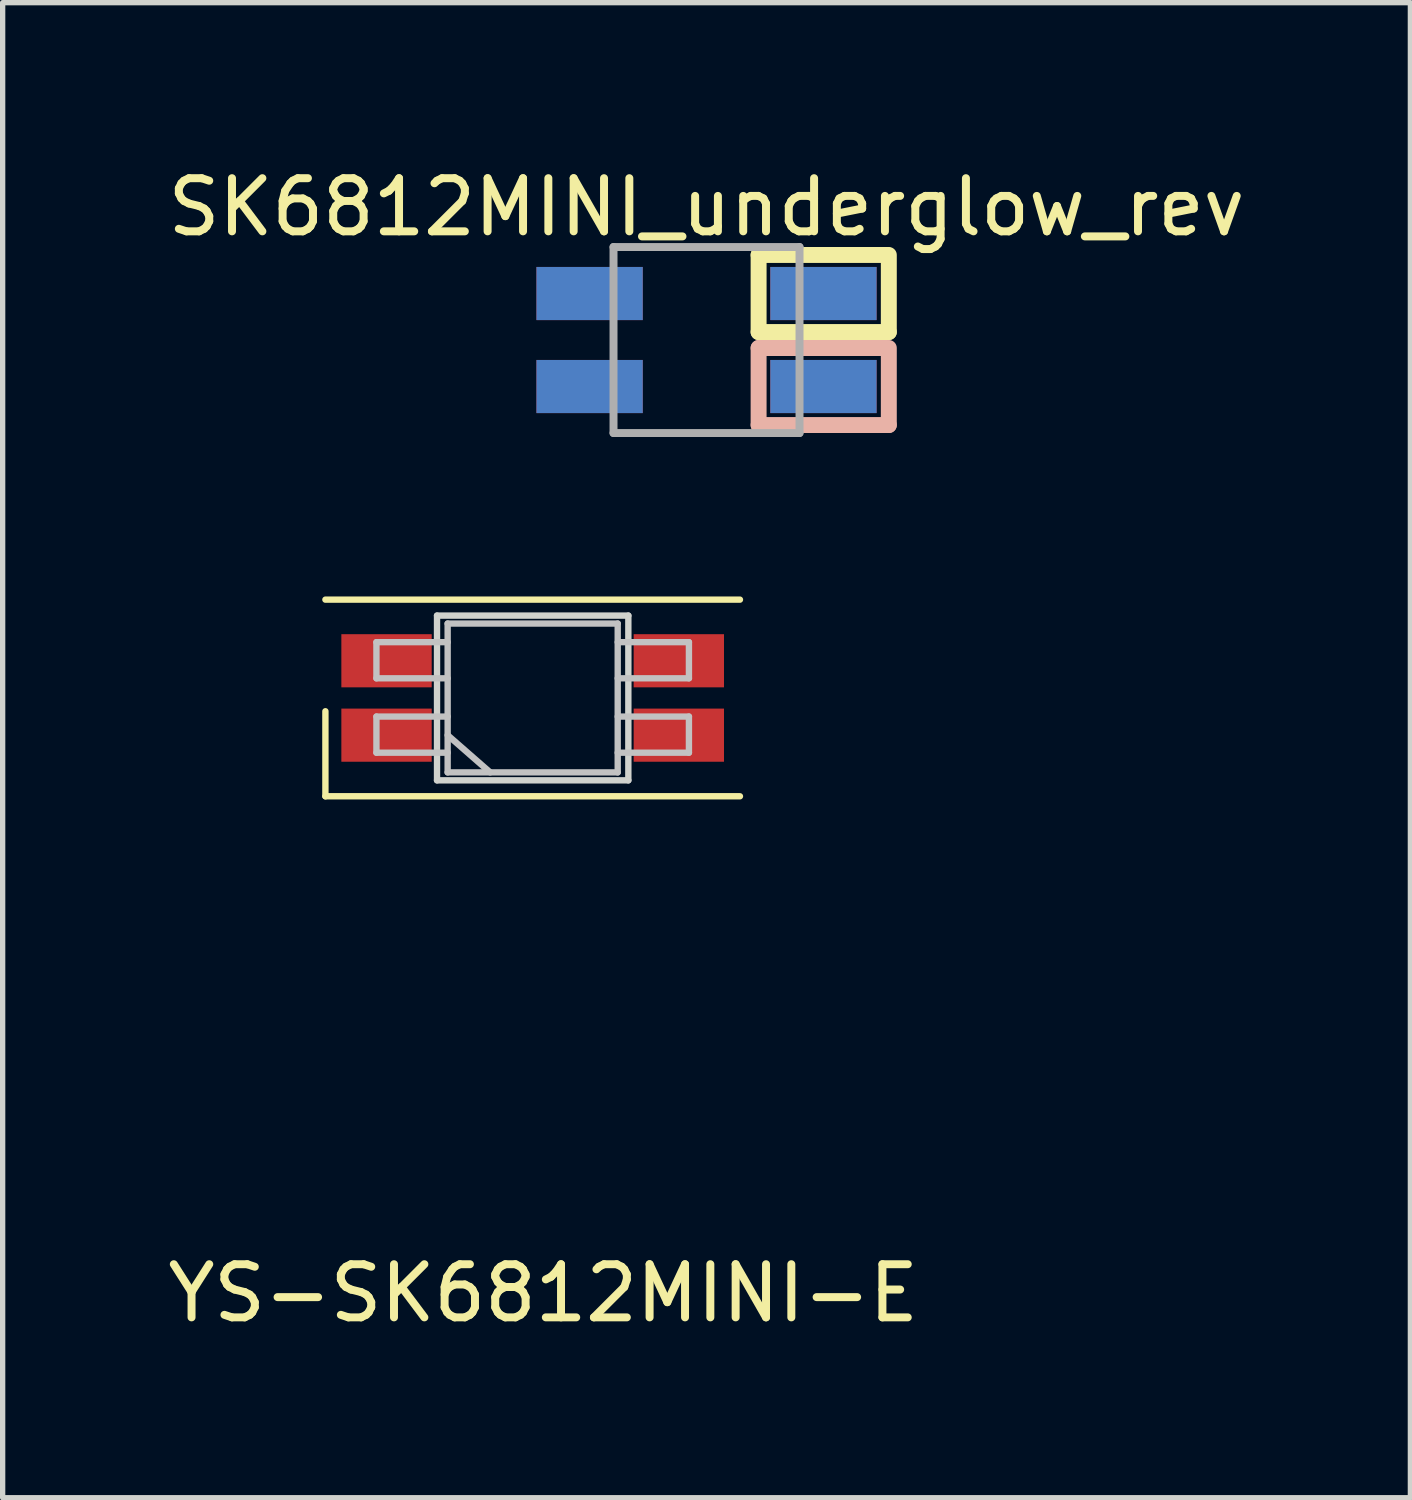
<source format=kicad_pcb>
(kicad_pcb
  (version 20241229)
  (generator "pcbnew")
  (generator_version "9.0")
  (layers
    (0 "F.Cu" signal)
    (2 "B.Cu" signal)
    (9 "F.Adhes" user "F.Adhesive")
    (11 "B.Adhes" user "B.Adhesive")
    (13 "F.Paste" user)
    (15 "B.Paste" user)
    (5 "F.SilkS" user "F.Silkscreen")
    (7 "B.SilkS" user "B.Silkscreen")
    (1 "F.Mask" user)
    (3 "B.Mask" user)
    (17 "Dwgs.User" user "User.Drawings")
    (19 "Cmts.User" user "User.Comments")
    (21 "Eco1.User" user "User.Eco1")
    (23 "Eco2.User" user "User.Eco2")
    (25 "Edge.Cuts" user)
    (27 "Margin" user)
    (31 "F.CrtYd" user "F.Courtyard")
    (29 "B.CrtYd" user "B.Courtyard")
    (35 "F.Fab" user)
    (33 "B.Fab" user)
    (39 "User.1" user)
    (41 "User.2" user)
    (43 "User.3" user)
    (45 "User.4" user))
  (footprint "YS-SK6812MINI-E"
    (layer "F.Cu")
    (at 6.973 10.083)
    (property "Reference" "YS-SK6812MINI-E" (at 0.2 11.2 0) (layer "F.SilkS") (effects (font (size 1 1) (thickness 0.15))))
    (attr through_hole)
    (fp_line (start -3.9 0.25) (end -3.9 1.85) (stroke (width 0.12) (type solid)) (layer "F.SilkS"))
    (fp_line (start -3.9 1.85) (end 3.9 1.85) (stroke (width 0.12) (type solid)) (layer "F.SilkS"))
    (fp_line (start 3.9 -1.85) (end -3.9 -1.85) (stroke (width 0.12) (type solid)) (layer "F.SilkS"))
    (fp_line (start -2.94 -1.05) (end -2.94 -0.37) (stroke (width 0.12) (type solid)) (layer "Dwgs.User"))
    (fp_line (start -2.94 -0.37) (end -1.6 -0.37) (stroke (width 0.12) (type solid)) (layer "Dwgs.User"))
    (fp_line (start -2.94 0.35) (end -2.94 1.03) (stroke (width 0.12) (type solid)) (layer "Dwgs.User"))
    (fp_line (start -2.94 1.03) (end -1.6 1.03) (stroke (width 0.12) (type solid)) (layer "Dwgs.User"))
    (fp_line (start -1.6 -1.4) (end -1.6 1.4) (stroke (width 0.12) (type solid)) (layer "Dwgs.User"))
    (fp_line (start -1.6 -1.4) (end 1.6 -1.4) (stroke (width 0.12) (type solid)) (layer "Dwgs.User"))
    (fp_line (start -1.6 -1.05) (end -2.94 -1.05) (stroke (width 0.12) (type solid)) (layer "Dwgs.User"))
    (fp_line (start -1.6 0.35) (end -2.94 0.35) (stroke (width 0.12) (type solid)) (layer "Dwgs.User"))
    (fp_line (start -1.6 0.7) (end -0.8 1.4) (stroke (width 0.12) (type solid)) (layer "Dwgs.User"))
    (fp_line (start -1.6 1.4) (end 1.6 1.4) (stroke (width 0.12) (type solid)) (layer "Dwgs.User"))
    (fp_line (start 1.6 -1.4) (end 1.6 1.4) (stroke (width 0.12) (type solid)) (layer "Dwgs.User"))
    (fp_line (start 1.6 -0.37) (end 2.94 -0.37) (stroke (width 0.12) (type solid)) (layer "Dwgs.User"))
    (fp_line (start 1.6 1.03) (end 2.94 1.03) (stroke (width 0.12) (type solid)) (layer "Dwgs.User"))
    (fp_line (start 2.94 -1.05) (end 1.6 -1.05) (stroke (width 0.12) (type solid)) (layer "Dwgs.User"))
    (fp_line (start 2.94 -0.37) (end 2.94 -1.05) (stroke (width 0.12) (type solid)) (layer "Dwgs.User"))
    (fp_line (start 2.94 0.35) (end 1.6 0.35) (stroke (width 0.12) (type solid)) (layer "Dwgs.User"))
    (fp_line (start 2.94 1.03) (end 2.94 0.35) (stroke (width 0.12) (type solid)) (layer "Dwgs.User"))
    (fp_line (start -1.8 -1.55) (end -1.8 1.55) (stroke (width 0.12) (type solid)) (layer "Edge.Cuts"))
    (fp_line (start -1.8 1.55) (end 1.8 1.55) (stroke (width 0.12) (type solid)) (layer "Edge.Cuts"))
    (fp_line (start 1.8 -1.55) (end -1.8 -1.55) (stroke (width 0.12) (type solid)) (layer "Edge.Cuts"))
    (fp_line (start 1.8 1.55) (end 1.8 -1.55) (stroke (width 0.12) (type solid)) (layer "Edge.Cuts"))
    (pad "1" smd rect (at 2.75 -0.7) (size 1.7 1) (layers "F.Cu" "F.Mask" "F.Paste"))
    (pad "2" smd rect (at 2.75 0.7) (size 1.7 1) (layers "F.Cu" "F.Mask" "F.Paste"))
    (pad "3" smd rect (at -2.75 0.7) (size 1.7 1) (layers "F.Cu" "F.Mask" "F.Paste"))
    (pad "4" smd rect (at -2.75 -0.7) (size 1.7 1) (layers "F.Cu" "F.Mask" "F.Paste")))
  (footprint "SK6812MINI_underglow_rev"
    (layer "F.Cu")
    (at 10.244 3.348)
    (property "Reference" "SK6812MINI_underglow_rev" (at 0 -2.5 0) (layer "F.SilkS") (effects (font (size 1 1) (thickness 0.15))))
    (attr through_hole)
    (fp_line (start 0.98 -1.6) (end 3.4 -1.6) (stroke (width 0.3) (type solid)) (layer "F.SilkS"))
    (fp_line (start 0.98 -0.15) (end 0.98 -1.6) (stroke (width 0.3) (type solid)) (layer "F.SilkS"))
    (fp_line (start 3.43 -1.6) (end 3.43 -0.15) (stroke (width 0.3) (type solid)) (layer "F.SilkS"))
    (fp_line (start 3.43 -0.15) (end 0.98 -0.15) (stroke (width 0.3) (type solid)) (layer "F.SilkS"))
    (fp_line (start 0.98 0.15) (end 3.4 0.15) (stroke (width 0.3) (type solid)) (layer "B.SilkS"))
    (fp_line (start 0.98 1.6) (end 0.98 0.15) (stroke (width 0.3) (type solid)) (layer "B.SilkS"))
    (fp_line (start 3.43 0.15) (end 3.43 1.6) (stroke (width 0.3) (type solid)) (layer "B.SilkS"))
    (fp_line (start 3.43 1.6) (end 0.98 1.6) (stroke (width 0.3) (type solid)) (layer "B.SilkS"))
    (fp_line (start -1.75 -1.75) (end -1.75 1.75) (stroke (width 0.15) (type solid)) (layer "F.Fab"))
    (fp_line (start -1.75 -1.75) (end 1.75 -1.75) (stroke (width 0.15) (type solid)) (layer "F.Fab"))
    (fp_line (start 1.75 -1.75) (end 1.75 1.75) (stroke (width 0.15) (type solid)) (layer "F.Fab"))
    (fp_line (start 1.75 1.75) (end -1.75 1.75) (stroke (width 0.15) (type solid)) (layer "F.Fab"))
    (pad "1" smd rect (at -2.2 -0.875) (size 2 1) (layers "F.Cu" "F.Mask" "F.Paste"))
    (pad "1" smd rect (at -2.2 0.875) (size 2 1) (layers "B.Cu" "B.Mask" "B.Paste"))
    (pad "2" smd rect (at -2.2 -0.875) (size 2 1) (layers "B.Cu" "B.Mask" "B.Paste"))
    (pad "2" smd rect (at -2.2 0.875) (size 2 1) (layers "F.Cu" "F.Mask" "F.Paste"))
    (pad "3" smd rect (at 2.2 -0.875) (size 2 1) (layers "B.Cu" "B.Mask" "B.Paste"))
    (pad "3" smd rect (at 2.2 0.875) (size 2 1) (layers "F.Cu" "F.Mask" "F.Paste"))
    (pad "4" smd rect (at 2.2 -0.875) (size 2 1) (layers "F.Cu" "F.Mask" "F.Paste"))
    (pad "4" smd rect (at 2.2 0.875) (size 2 1) (layers "B.Cu" "B.Mask" "B.Paste")))
  (gr_rect
    (start -3 -3)
    (end 23.488 25.131)
    (stroke (width 0.1) (type default))
    (fill no)
    (layer "Edge.Cuts")))
</source>
